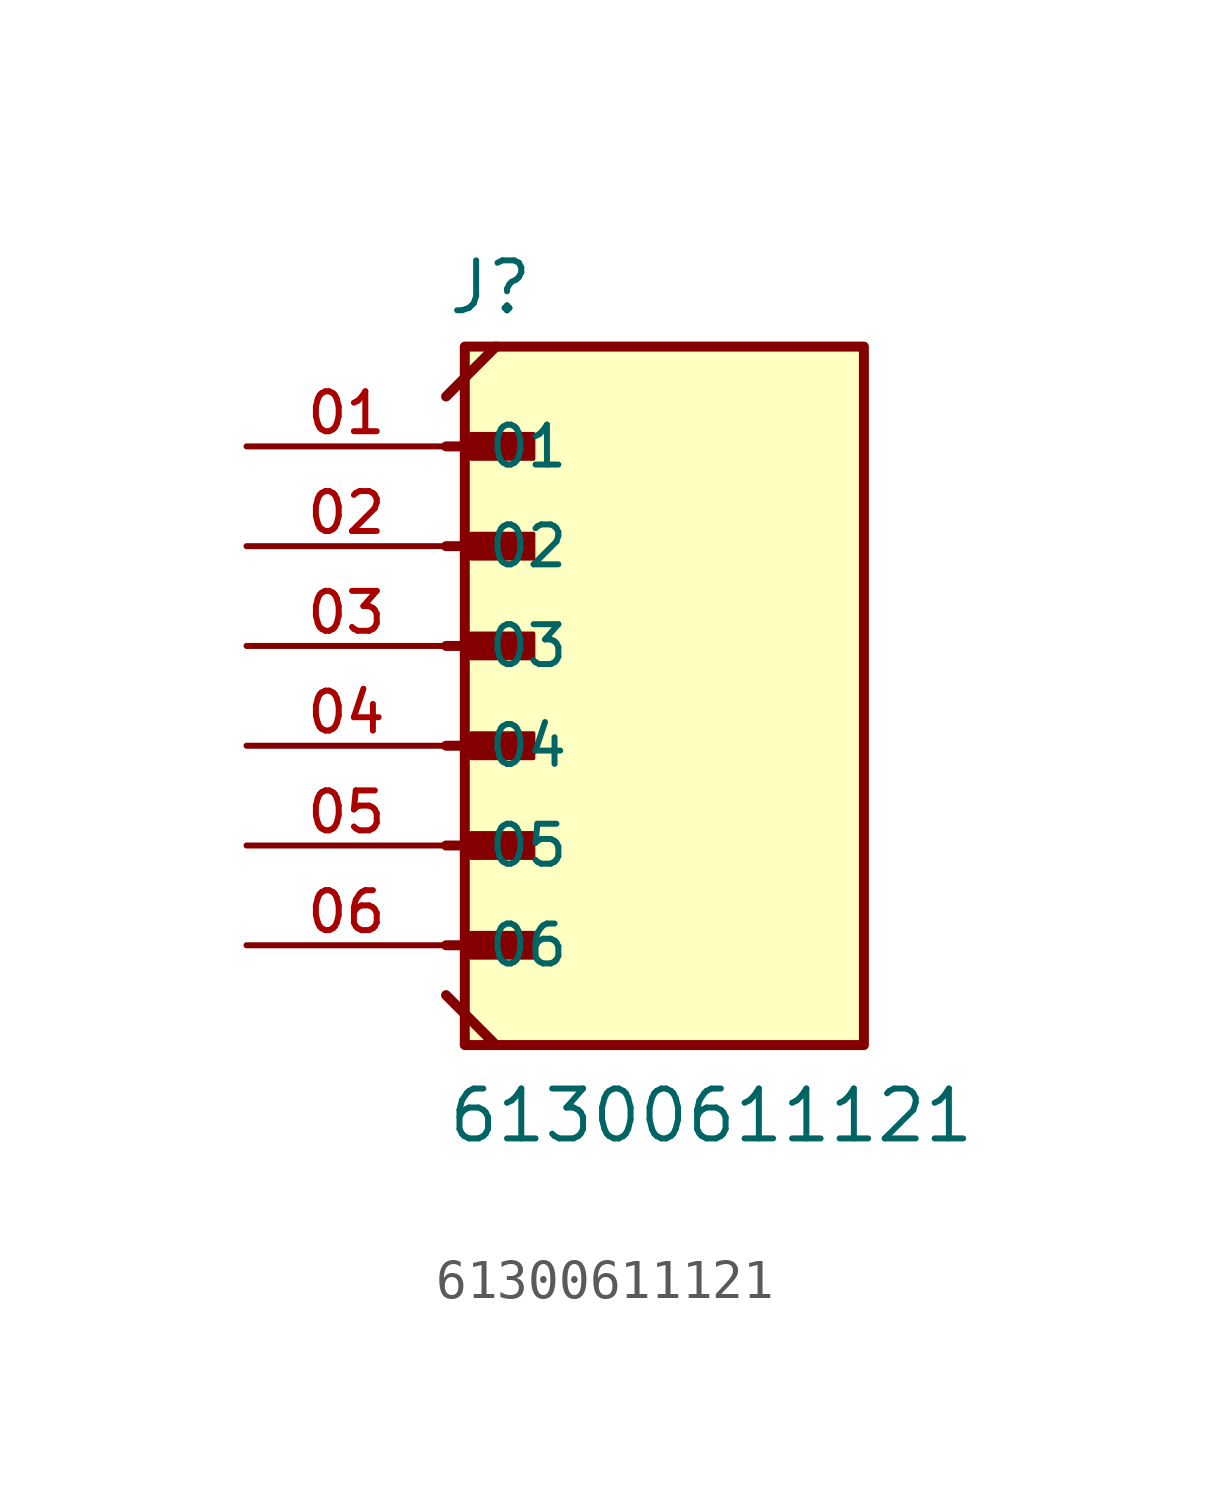
<source format=kicad_sym>
(kicad_symbol_lib
  (version 20211014)
  (generator kicad_symbol_editor)
  (symbol "61300611121"
    (pin_names
      (offset 1.016))
    (property "Reference" "J"
      (at -5.08 10.922 0)
      (effects (font (size 1.27 1.27)) (justify bottom left)))
    (property "Value" "61300611121"
      (at -5.08 -10.16 0)
      (effects (font (size 1.27 1.27)) (justify bottom left)))
    (symbol "61300611121_0_0"
      (polyline (pts (xy -5.08 7.62) (xy -3.175 7.62)) (stroke (width 0.254)))
      (rectangle (start -4.445 7.303) (end -2.857 7.938) (stroke (width 0.1)) (fill (type outline)))
      (polyline (pts (xy -5.08 5.08) (xy -3.175 5.08)) (stroke (width 0.254)))
      (rectangle (start -4.445 4.763) (end -2.857 5.397) (stroke (width 0.1)) (fill (type outline)))
      (polyline (pts (xy -5.08 2.54) (xy -3.175 2.54)) (stroke (width 0.254)))
      (rectangle (start -4.445 2.223) (end -2.857 2.857) (stroke (width 0.1)) (fill (type outline)))
      (polyline (pts (xy -5.08 -6.35) (xy -3.81 -7.62)) (stroke (width 0.254)))
      (polyline (pts (xy -5.08 8.89) (xy -3.81 10.16)) (stroke (width 0.254)))
      (polyline (pts (xy -5.08 0.0) (xy -3.175 0.0)) (stroke (width 0.254)))
      (rectangle (start -4.445 -0.318) (end -2.857 0.318) (stroke (width 0.1)) (fill (type outline)))
      (polyline (pts (xy -5.08 -2.54) (xy -3.175 -2.54)) (stroke (width 0.254)))
      (rectangle (start -4.445 -2.857) (end -2.857 -2.223) (stroke (width 0.1)) (fill (type outline)))
      (polyline (pts (xy -5.08 -5.08) (xy -3.175 -5.08)) (stroke (width 0.254)))
      (rectangle (start -4.445 -5.397) (end -2.857 -4.763) (stroke (width 0.1)) (fill (type outline)))
      (rectangle (start -4.604 -7.62) (end 5.556 10.16) (stroke (width 0.254)) (fill (type background)))
      (pin passive line (at -10.16 7.62 0) (length 5.08) (name "01" (effects (font (size 1.016 1.016)))) (number "01" (effects (font (size 1.016 1.016)))))
      (pin passive line (at -10.16 5.08 0) (length 5.08) (name "02" (effects (font (size 1.016 1.016)))) (number "02" (effects (font (size 1.016 1.016)))))
      (pin passive line (at -10.16 2.54 0) (length 5.08) (name "03" (effects (font (size 1.016 1.016)))) (number "03" (effects (font (size 1.016 1.016)))))
      (pin passive line (at -10.16 0.0 0) (length 5.08) (name "04" (effects (font (size 1.016 1.016)))) (number "04" (effects (font (size 1.016 1.016)))))
      (pin passive line (at -10.16 -2.54 0) (length 5.08) (name "05" (effects (font (size 1.016 1.016)))) (number "05" (effects (font (size 1.016 1.016)))))
      (pin passive line (at -10.16 -5.08 0) (length 5.08) (name "06" (effects (font (size 1.016 1.016)))) (number "06" (effects (font (size 1.016 1.016))))))))
</source>
